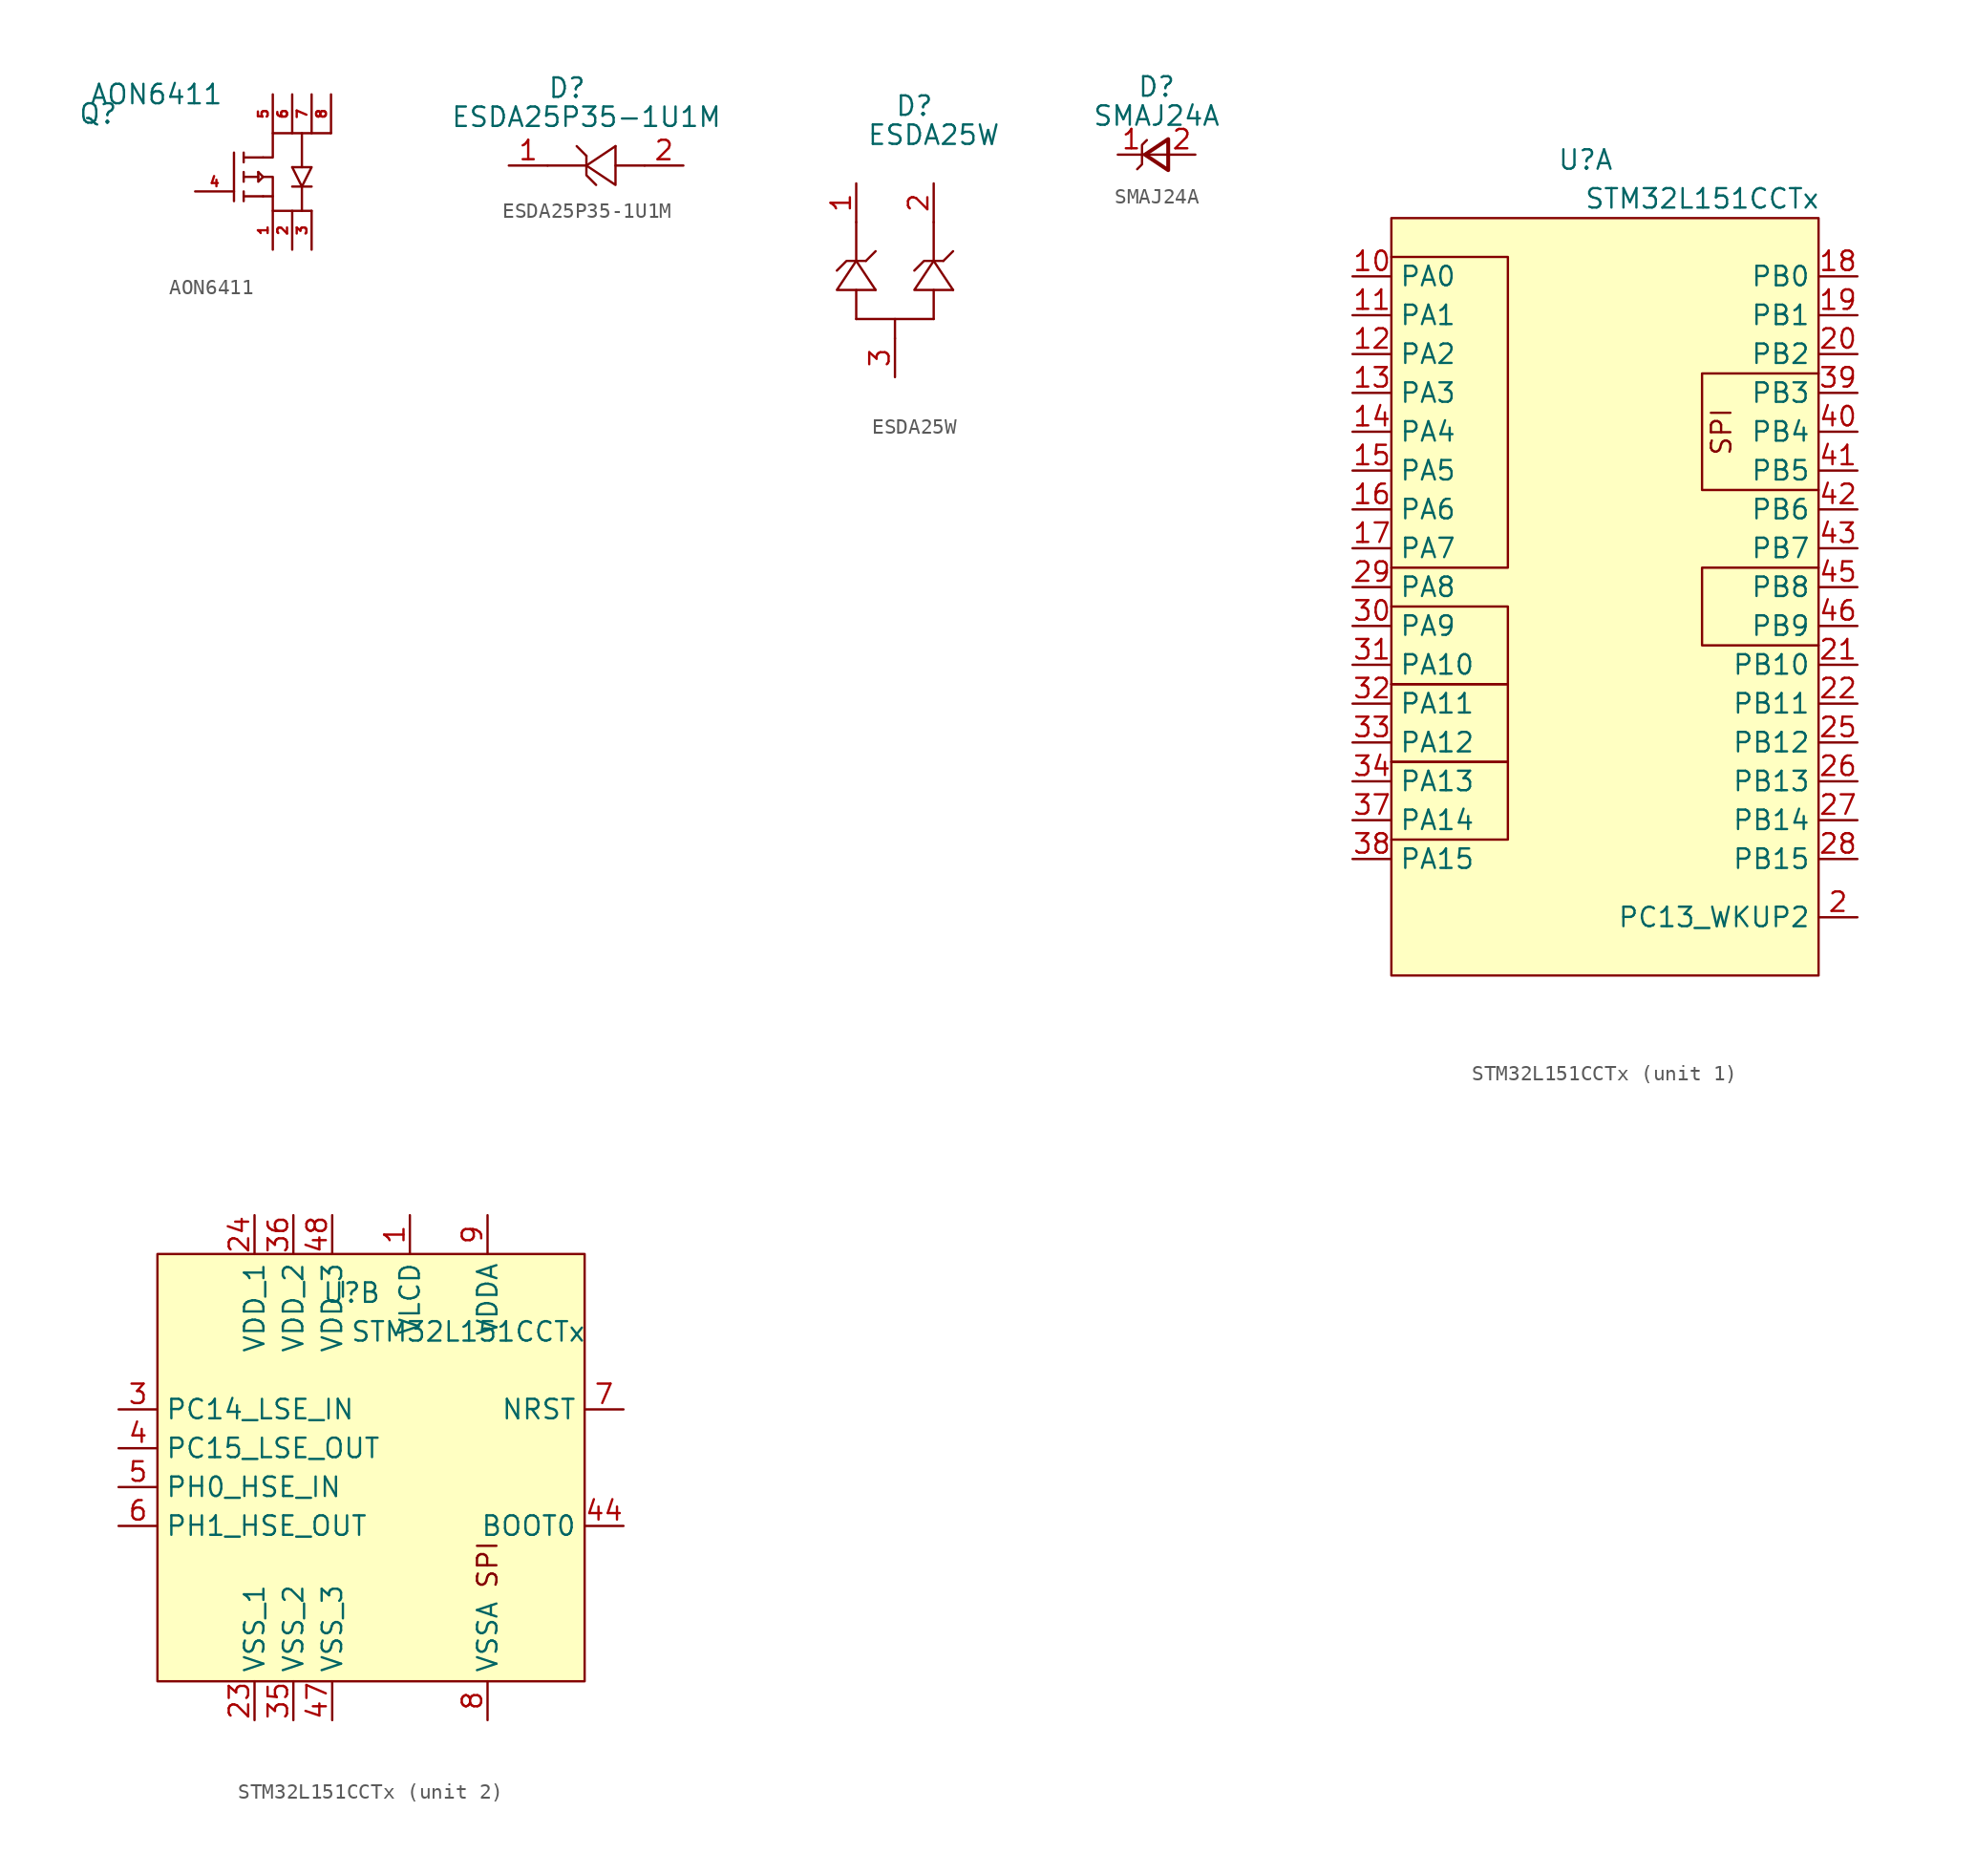
<source format=kicad_sym>
(kicad_symbol_lib
  (version 20211014)
  (generator kicad_symbol_editor)
  (symbol "AON6411"
    (property "Reference" "Q"
      (at -6.35 5.08 0)
      (effects (font (size 1.27 1.27))))
    (property "Value" "AON6411"
      (at -2.54 6.35 0)
      (effects (font (size 1.27 1.27))))
    (symbol "AON6411_0_1"
      (polyline (pts (xy 2.54 -0.635) (xy 2.54 2.54)) (stroke (width 0) (type default) (color 0 0 0 0)) (fill (type none)))
      (polyline (pts (xy 3.175 -0.318) (xy 4.445 -0.318)) (stroke (width 0) (type default) (color 0 0 0 0)) (fill (type none)))
      (polyline (pts (xy 3.175 0) (xy 3.175 -0.635)) (stroke (width 0) (type default) (color 0 0 0 0)) (fill (type none)))
      (polyline (pts (xy 3.175 0.953) (xy 4.128 0.953)) (stroke (width 0) (type default) (color 0 0 0 0)) (fill (type none)))
      (polyline (pts (xy 3.175 1.27) (xy 3.175 0.635)) (stroke (width 0) (type default) (color 0 0 0 0)) (fill (type none)))
      (polyline (pts (xy 3.175 2.223) (xy 4.445 2.223)) (stroke (width 0) (type default) (color 0 0 0 0)) (fill (type none)))
      (polyline (pts (xy 3.175 2.54) (xy 3.175 1.905)) (stroke (width 0) (type default) (color 0 0 0 0)) (fill (type none)))
      (polyline (pts (xy 4.445 0.953) (xy 4.128 1.27)) (stroke (width 0) (type default) (color 0 0 0 0)) (fill (type none)))
      (polyline (pts (xy 6.35 0.318) (xy 7.62 0.318)) (stroke (width 0) (type default) (color 0 0 0 0)) (fill (type none)))
      (polyline (pts (xy 6.35 1.587) (xy 6.985 0.318)) (stroke (width 0) (type default) (color 0 0 0 0)) (fill (type none)))
      (polyline (pts (xy 6.985 0.318) (xy 6.985 -1.27)) (stroke (width 0) (type default) (color 0 0 0 0)) (fill (type none)))
      (polyline (pts (xy 6.985 1.587) (xy 6.985 3.81)) (stroke (width 0) (type default) (color 0 0 0 0)) (fill (type none)))
      (polyline (pts (xy 4.128 1.27) (xy 4.128 0.635) (xy 4.445 0.953)) (stroke (width 0) (type default) (color 0 0 0 0)) (fill (type none)))
      (polyline (pts (xy 4.445 0.953) (xy 5.08 0.953) (xy 5.08 -0.318)) (stroke (width 0) (type default) (color 0 0 0 0)) (fill (type none)))
      (polyline (pts (xy 6.35 1.587) (xy 7.62 1.587) (xy 6.985 0.318)) (stroke (width 0) (type default) (color 0 0 0 0)) (fill (type none)))
      (polyline (pts (xy 4.445 -0.318) (xy 5.08 -0.318) (xy 5.08 -1.27) (xy 7.62 -1.27)) (stroke (width 0) (type default) (color 0 0 0 0)) (fill (type none)))
      (polyline (pts (xy 4.445 2.223) (xy 5.08 2.223) (xy 5.08 3.81) (xy 8.89 3.81)) (stroke (width 0) (type default) (color 0 0 0 0)) (fill (type none))))
    (symbol "AON6411_1_1"
      (pin passive line (at 5.08 -3.81 90) (length 2.54) (name "" (effects (font (size 1.27 1.27)))) (number "1" (effects (font (size 0.635 0.635)))))
      (pin passive line (at 6.35 -3.81 90) (length 2.54) (name "" (effects (font (size 1.27 1.27)))) (number "2" (effects (font (size 0.635 0.635)))))
      (pin passive line (at 7.62 -3.81 90) (length 2.54) (name "" (effects (font (size 1.27 1.27)))) (number "3" (effects (font (size 0.635 0.635)))))
      (pin passive line (at 0 0 0) (length 2.54) (name "" (effects (font (size 1.27 1.27)))) (number "4" (effects (font (size 0.635 0.635)))))
      (pin passive line (at 5.08 6.35 270) (length 2.54) (name "" (effects (font (size 1.27 1.27)))) (number "5" (effects (font (size 0.635 0.635)))))
      (pin passive line (at 6.35 6.35 270) (length 2.54) (name "" (effects (font (size 1.27 1.27)))) (number "6" (effects (font (size 0.635 0.635)))))
      (pin passive line (at 7.62 6.35 270) (length 2.54) (name "" (effects (font (size 1.27 1.27)))) (number "7" (effects (font (size 0.635 0.635)))))
      (pin passive line (at 8.89 6.35 270) (length 2.54) (name "" (effects (font (size 1.27 1.27)))) (number "8" (effects (font (size 0.635 0.635)))))))
  (symbol "ESDA25P35-1U1M"
    (property "Reference" "D"
      (at 3.81 5.08 0)
      (effects (font (size 1.27 1.27))))
    (property "Value" "ESDA25P35-1U1M"
      (at 5.08 3.175 0)
      (effects (font (size 1.27 1.27))))
    (symbol "ESDA25P35-1U1M_0_1"
      (polyline (pts (xy 5.08 0) (xy 2.54 0)) (stroke (width 0) (type default) (color 0 0 0 0)) (fill (type none)))
      (polyline (pts (xy 5.08 0) (xy 6.985 1.27)) (stroke (width 0) (type default) (color 0 0 0 0)) (fill (type none)))
      (polyline (pts (xy 5.08 0.635) (xy 4.445 1.27)) (stroke (width 0) (type default) (color 0 0 0 0)) (fill (type none)))
      (polyline (pts (xy 8.89 0) (xy 6.985 0)) (stroke (width 0) (type default) (color 0 0 0 0)) (fill (type none)))
      (polyline (pts (xy 5.08 0.635) (xy 5.08 -0.635) (xy 5.715 -1.27)) (stroke (width 0) (type default) (color 0 0 0 0)) (fill (type none)))
      (polyline (pts (xy 6.985 1.27) (xy 6.985 -1.27) (xy 5.08 0)) (stroke (width 0) (type default) (color 0 0 0 0)) (fill (type none))))
    (symbol "ESDA25P35-1U1M_1_1"
      (pin passive line (at 0 0 0) (length 2.54) (name "" (effects (font (size 1.27 1.27)))) (number "1" (effects (font (size 1.27 1.27)))))
      (pin passive line (at 11.43 0 180) (length 2.54) (name "" (effects (font (size 1.27 1.27)))) (number "2" (effects (font (size 1.27 1.27)))))))
  (symbol "ESDA25W"
    (property "Reference" "D"
      (at 3.81 5.08 0)
      (effects (font (size 1.27 1.27))))
    (property "Value" "ESDA25W"
      (at 5.08 3.175 0)
      (effects (font (size 1.27 1.27))))
    (symbol "ESDA25W_0_1"
      (polyline (pts (xy 0 -8.89) (xy 0 -6.985)) (stroke (width 0) (type default) (color 0 0 0 0)) (fill (type none)))
      (polyline (pts (xy 0 -8.89) (xy 5.08 -8.89)) (stroke (width 0) (type default) (color 0 0 0 0)) (fill (type none)))
      (polyline (pts (xy 0 -5.08) (xy 0 -2.54)) (stroke (width 0) (type default) (color 0 0 0 0)) (fill (type none)))
      (polyline (pts (xy 0 -5.08) (xy 1.27 -6.985)) (stroke (width 0) (type default) (color 0 0 0 0)) (fill (type none)))
      (polyline (pts (xy 0.635 -5.08) (xy 1.27 -4.445)) (stroke (width 0) (type default) (color 0 0 0 0)) (fill (type none)))
      (polyline (pts (xy 2.54 -10.16) (xy 2.54 -8.89)) (stroke (width 0) (type default) (color 0 0 0 0)) (fill (type none)))
      (polyline (pts (xy 5.08 -8.89) (xy 5.08 -6.985)) (stroke (width 0) (type default) (color 0 0 0 0)) (fill (type none)))
      (polyline (pts (xy 5.08 -5.08) (xy 5.08 -2.54)) (stroke (width 0) (type default) (color 0 0 0 0)) (fill (type none)))
      (polyline (pts (xy 5.08 -5.08) (xy 6.35 -6.985)) (stroke (width 0) (type default) (color 0 0 0 0)) (fill (type none)))
      (polyline (pts (xy 5.715 -5.08) (xy 6.35 -4.445)) (stroke (width 0) (type default) (color 0 0 0 0)) (fill (type none)))
      (polyline (pts (xy 0.635 -5.08) (xy -0.635 -5.08) (xy -1.27 -5.715)) (stroke (width 0) (type default) (color 0 0 0 0)) (fill (type none)))
      (polyline (pts (xy 1.27 -6.985) (xy -1.27 -6.985) (xy 0 -5.08)) (stroke (width 0) (type default) (color 0 0 0 0)) (fill (type none)))
      (polyline (pts (xy 5.715 -5.08) (xy 4.445 -5.08) (xy 3.81 -5.715)) (stroke (width 0) (type default) (color 0 0 0 0)) (fill (type none)))
      (polyline (pts (xy 6.35 -6.985) (xy 3.81 -6.985) (xy 5.08 -5.08)) (stroke (width 0) (type default) (color 0 0 0 0)) (fill (type none))))
    (symbol "ESDA25W_1_1"
      (pin passive line (at 0 0 270) (length 2.54) (name "" (effects (font (size 1.27 1.27)))) (number "1" (effects (font (size 1.27 1.27)))))
      (pin passive line (at 5.08 0 270) (length 2.54) (name "" (effects (font (size 1.27 1.27)))) (number "2" (effects (font (size 1.27 1.27)))))
      (pin passive line (at 2.54 -12.7 90) (length 2.54) (name "" (effects (font (size 1.27 1.27)))) (number "3" (effects (font (size 1.27 1.27)))))))
  (symbol "SMAJ24A"
    (property "Reference" "D"
      (at 2.54 4.445 0)
      (effects (font (size 1.27 1.27))))
    (property "Value" "SMAJ24A"
      (at 2.54 2.54 0)
      (effects (font (size 1.27 1.27))))
    (symbol "SMAJ24A_0_1"
      (polyline (pts (xy 3.302 0) (xy 1.778 0)) (stroke (width 0) (type default) (color 0 0 0 0)) (fill (type none)))
      (polyline (pts (xy 1.905 0.953) (xy 1.587 0.635) (xy 1.587 -0.635) (xy 1.27 -0.953)) (stroke (width 0) (type default) (color 0 0 0 0)) (fill (type none)))
      (polyline (pts (xy 3.302 1.016) (xy 1.778 0) (xy 3.302 -1.016) (xy 3.302 1.016)) (stroke (width 0.254) (type default) (color 0 0 0 0)) (fill (type none))))
    (symbol "SMAJ24A_1_1"
      (pin passive line (at 0 0 0) (length 1.778) (name "" (effects (font (size 1.27 1.27)))) (number "1" (effects (font (size 1.27 1.27)))))
      (pin passive line (at 5.08 0 180) (length 1.778) (name "" (effects (font (size 1.27 1.27)))) (number "2" (effects (font (size 1.27 1.27)))))))
  (symbol "STM32L151CCTx"
    (property "Reference" "U"
      (at 15.24 7.62 0)
      (effects (font (size 1.27 1.27))))
    (property "Value" "STM32L151CCTx"
      (at 22.86 5.08 0)
      (effects (font (size 1.27 1.27))))
    (property "ki_locked" ""
      (at 0 0 0)
      (effects (font (size 1.27 1.27))))
    (symbol "STM32L151CCTx_0_0"
      (text "SPI" (at 24.13 -10.16 900) (effects (font (size 1.27 1.27)))))
    (symbol "STM32L151CCTx_1_1"
      (polyline (pts (xy 2.54 -31.75) (xy 10.16 -31.75) (xy 10.16 -36.83) (xy 2.54 -36.83)) (stroke (width 0) (type default) (color 0 0 0 0)) (fill (type none)))
      (polyline (pts (xy 2.54 -26.67) (xy 10.16 -26.67) (xy 10.16 -31.75) (xy 2.54 -31.75)) (stroke (width 0) (type default) (color 0 0 0 0)) (fill (type none)))
      (polyline (pts (xy 2.54 -21.59) (xy 10.16 -21.59) (xy 10.16 -26.67) (xy 2.54 -26.67)) (stroke (width 0) (type default) (color 0 0 0 0)) (fill (type none)))
      (polyline (pts (xy 2.54 1.27) (xy 10.16 1.27) (xy 10.16 -19.05) (xy 2.54 -19.05)) (stroke (width 0) (type default) (color 0 0 0 0)) (fill (type none)))
      (polyline (pts (xy 30.48 -24.13) (xy 22.86 -24.13) (xy 22.86 -19.05) (xy 30.48 -19.05)) (stroke (width 0) (type default) (color 0 0 0 0)) (fill (type none)))
      (polyline (pts (xy 30.48 -13.97) (xy 22.86 -13.97) (xy 22.86 -6.35) (xy 30.48 -6.35)) (stroke (width 0) (type default) (color 0 0 0 0)) (fill (type none)))
      (rectangle (start 2.54 3.81) (end 30.48 -45.72) (stroke (width 0) (type default) (color 0 0 0 0)) (fill (type background)))
      (pin bidirectional line (at 0 0 0) (length 2.54) (name "PA0" (effects (font (size 1.27 1.27)))) (number "10" (effects (font (size 1.27 1.27)))))
      (pin bidirectional line (at 0 -2.54 0) (length 2.54) (name "PA1" (effects (font (size 1.27 1.27)))) (number "11" (effects (font (size 1.27 1.27)))))
      (pin bidirectional line (at 0 -5.08 0) (length 2.54) (name "PA2" (effects (font (size 1.27 1.27)))) (number "12" (effects (font (size 1.27 1.27)))))
      (pin bidirectional line (at 0 -7.62 0) (length 2.54) (name "PA3" (effects (font (size 1.27 1.27)))) (number "13" (effects (font (size 1.27 1.27)))))
      (pin bidirectional line (at 0 -10.16 0) (length 2.54) (name "PA4" (effects (font (size 1.27 1.27)))) (number "14" (effects (font (size 1.27 1.27)))))
      (pin bidirectional line (at 0 -12.7 0) (length 2.54) (name "PA5" (effects (font (size 1.27 1.27)))) (number "15" (effects (font (size 1.27 1.27)))))
      (pin bidirectional line (at 0 -15.24 0) (length 2.54) (name "PA6" (effects (font (size 1.27 1.27)))) (number "16" (effects (font (size 1.27 1.27)))))
      (pin bidirectional line (at 0 -17.78 0) (length 2.54) (name "PA7" (effects (font (size 1.27 1.27)))) (number "17" (effects (font (size 1.27 1.27)))))
      (pin bidirectional line (at 33.02 0 180) (length 2.54) (name "PB0" (effects (font (size 1.27 1.27)))) (number "18" (effects (font (size 1.27 1.27)))))
      (pin bidirectional line (at 33.02 -2.54 180) (length 2.54) (name "PB1" (effects (font (size 1.27 1.27)))) (number "19" (effects (font (size 1.27 1.27)))))
      (pin bidirectional line (at 33.02 -41.91 180) (length 2.54) (name "PC13_WKUP2" (effects (font (size 1.27 1.27)))) (number "2" (effects (font (size 1.27 1.27)))))
      (pin bidirectional line (at 33.02 -5.08 180) (length 2.54) (name "PB2" (effects (font (size 1.27 1.27)))) (number "20" (effects (font (size 1.27 1.27)))))
      (pin bidirectional line (at 33.02 -25.4 180) (length 2.54) (name "PB10" (effects (font (size 1.27 1.27)))) (number "21" (effects (font (size 1.27 1.27)))))
      (pin bidirectional line (at 33.02 -27.94 180) (length 2.54) (name "PB11" (effects (font (size 1.27 1.27)))) (number "22" (effects (font (size 1.27 1.27)))))
      (pin bidirectional line (at 33.02 -30.48 180) (length 2.54) (name "PB12" (effects (font (size 1.27 1.27)))) (number "25" (effects (font (size 1.27 1.27)))))
      (pin bidirectional line (at 33.02 -33.02 180) (length 2.54) (name "PB13" (effects (font (size 1.27 1.27)))) (number "26" (effects (font (size 1.27 1.27)))))
      (pin bidirectional line (at 33.02 -35.56 180) (length 2.54) (name "PB14" (effects (font (size 1.27 1.27)))) (number "27" (effects (font (size 1.27 1.27)))))
      (pin bidirectional line (at 33.02 -38.1 180) (length 2.54) (name "PB15" (effects (font (size 1.27 1.27)))) (number "28" (effects (font (size 1.27 1.27)))))
      (pin bidirectional line (at 0 -20.32 0) (length 2.54) (name "PA8" (effects (font (size 1.27 1.27)))) (number "29" (effects (font (size 1.27 1.27)))))
      (pin bidirectional line (at 0 -22.86 0) (length 2.54) (name "PA9" (effects (font (size 1.27 1.27)))) (number "30" (effects (font (size 1.27 1.27)))))
      (pin bidirectional line (at 0 -25.4 0) (length 2.54) (name "PA10" (effects (font (size 1.27 1.27)))) (number "31" (effects (font (size 1.27 1.27)))))
      (pin bidirectional line (at 0 -27.94 0) (length 2.54) (name "PA11" (effects (font (size 1.27 1.27)))) (number "32" (effects (font (size 1.27 1.27)))))
      (pin bidirectional line (at 0 -30.48 0) (length 2.54) (name "PA12" (effects (font (size 1.27 1.27)))) (number "33" (effects (font (size 1.27 1.27)))))
      (pin bidirectional line (at 0 -33.02 0) (length 2.54) (name "PA13" (effects (font (size 1.27 1.27)))) (number "34" (effects (font (size 1.27 1.27)))))
      (pin bidirectional line (at 0 -35.56 0) (length 2.54) (name "PA14" (effects (font (size 1.27 1.27)))) (number "37" (effects (font (size 1.27 1.27)))))
      (pin bidirectional line (at 0 -38.1 0) (length 2.54) (name "PA15" (effects (font (size 1.27 1.27)))) (number "38" (effects (font (size 1.27 1.27)))))
      (pin bidirectional line (at 33.02 -7.62 180) (length 2.54) (name "PB3" (effects (font (size 1.27 1.27)))) (number "39" (effects (font (size 1.27 1.27)))))
      (pin bidirectional line (at 33.02 -10.16 180) (length 2.54) (name "PB4" (effects (font (size 1.27 1.27)))) (number "40" (effects (font (size 1.27 1.27)))))
      (pin bidirectional line (at 33.02 -12.7 180) (length 2.54) (name "PB5" (effects (font (size 1.27 1.27)))) (number "41" (effects (font (size 1.27 1.27)))))
      (pin bidirectional line (at 33.02 -15.24 180) (length 2.54) (name "PB6" (effects (font (size 1.27 1.27)))) (number "42" (effects (font (size 1.27 1.27)))))
      (pin bidirectional line (at 33.02 -17.78 180) (length 2.54) (name "PB7" (effects (font (size 1.27 1.27)))) (number "43" (effects (font (size 1.27 1.27)))))
      (pin bidirectional line (at 33.02 -20.32 180) (length 2.54) (name "PB8" (effects (font (size 1.27 1.27)))) (number "45" (effects (font (size 1.27 1.27)))))
      (pin bidirectional line (at 33.02 -22.86 180) (length 2.54) (name "PB9" (effects (font (size 1.27 1.27)))) (number "46" (effects (font (size 1.27 1.27))))))
    (symbol "STM32L151CCTx_2_1"
      (rectangle (start 2.54 -17.78) (end 30.48 10.16) (stroke (width 0) (type default) (color 0 0 0 0)) (fill (type background)))
      (pin power_in line (at 19.05 12.7 270) (length 2.54) (name "VLCD" (effects (font (size 1.27 1.27)))) (number "1" (effects (font (size 1.27 1.27)))))
      (pin power_in line (at 8.89 -20.32 90) (length 2.54) (name "VSS_1" (effects (font (size 1.27 1.27)))) (number "23" (effects (font (size 1.27 1.27)))))
      (pin power_in line (at 8.89 12.7 270) (length 2.54) (name "VDD_1" (effects (font (size 1.27 1.27)))) (number "24" (effects (font (size 1.27 1.27)))))
      (pin bidirectional line (at 0 0 0) (length 2.54) (name "PC14_LSE_IN" (effects (font (size 1.27 1.27)))) (number "3" (effects (font (size 1.27 1.27)))))
      (pin power_in line (at 11.43 -20.32 90) (length 2.54) (name "VSS_2" (effects (font (size 1.27 1.27)))) (number "35" (effects (font (size 1.27 1.27)))))
      (pin power_in line (at 11.43 12.7 270) (length 2.54) (name "VDD_2" (effects (font (size 1.27 1.27)))) (number "36" (effects (font (size 1.27 1.27)))))
      (pin bidirectional line (at 0 -2.54 0) (length 2.54) (name "PC15_LSE_OUT" (effects (font (size 1.27 1.27)))) (number "4" (effects (font (size 1.27 1.27)))))
      (pin input line (at 33.02 -7.62 180) (length 2.54) (name "BOOT0" (effects (font (size 1.27 1.27)))) (number "44" (effects (font (size 1.27 1.27)))))
      (pin power_in line (at 13.97 -20.32 90) (length 2.54) (name "VSS_3" (effects (font (size 1.27 1.27)))) (number "47" (effects (font (size 1.27 1.27)))))
      (pin power_in line (at 13.97 12.7 270) (length 2.54) (name "VDD_3" (effects (font (size 1.27 1.27)))) (number "48" (effects (font (size 1.27 1.27)))))
      (pin input line (at 0 -5.08 0) (length 2.54) (name "PH0_HSE_IN" (effects (font (size 1.27 1.27)))) (number "5" (effects (font (size 1.27 1.27)))))
      (pin bidirectional line (at 0 -7.62 0) (length 2.54) (name "PH1_HSE_OUT" (effects (font (size 1.27 1.27)))) (number "6" (effects (font (size 1.27 1.27)))))
      (pin input line (at 33.02 0 180) (length 2.54) (name "NRST" (effects (font (size 1.27 1.27)))) (number "7" (effects (font (size 1.27 1.27)))))
      (pin power_in line (at 24.13 -20.32 90) (length 2.54) (name "VSSA" (effects (font (size 1.27 1.27)))) (number "8" (effects (font (size 1.27 1.27)))))
      (pin power_in line (at 24.13 12.7 270) (length 2.54) (name "VDDA" (effects (font (size 1.27 1.27)))) (number "9" (effects (font (size 1.27 1.27))))))))
</source>
